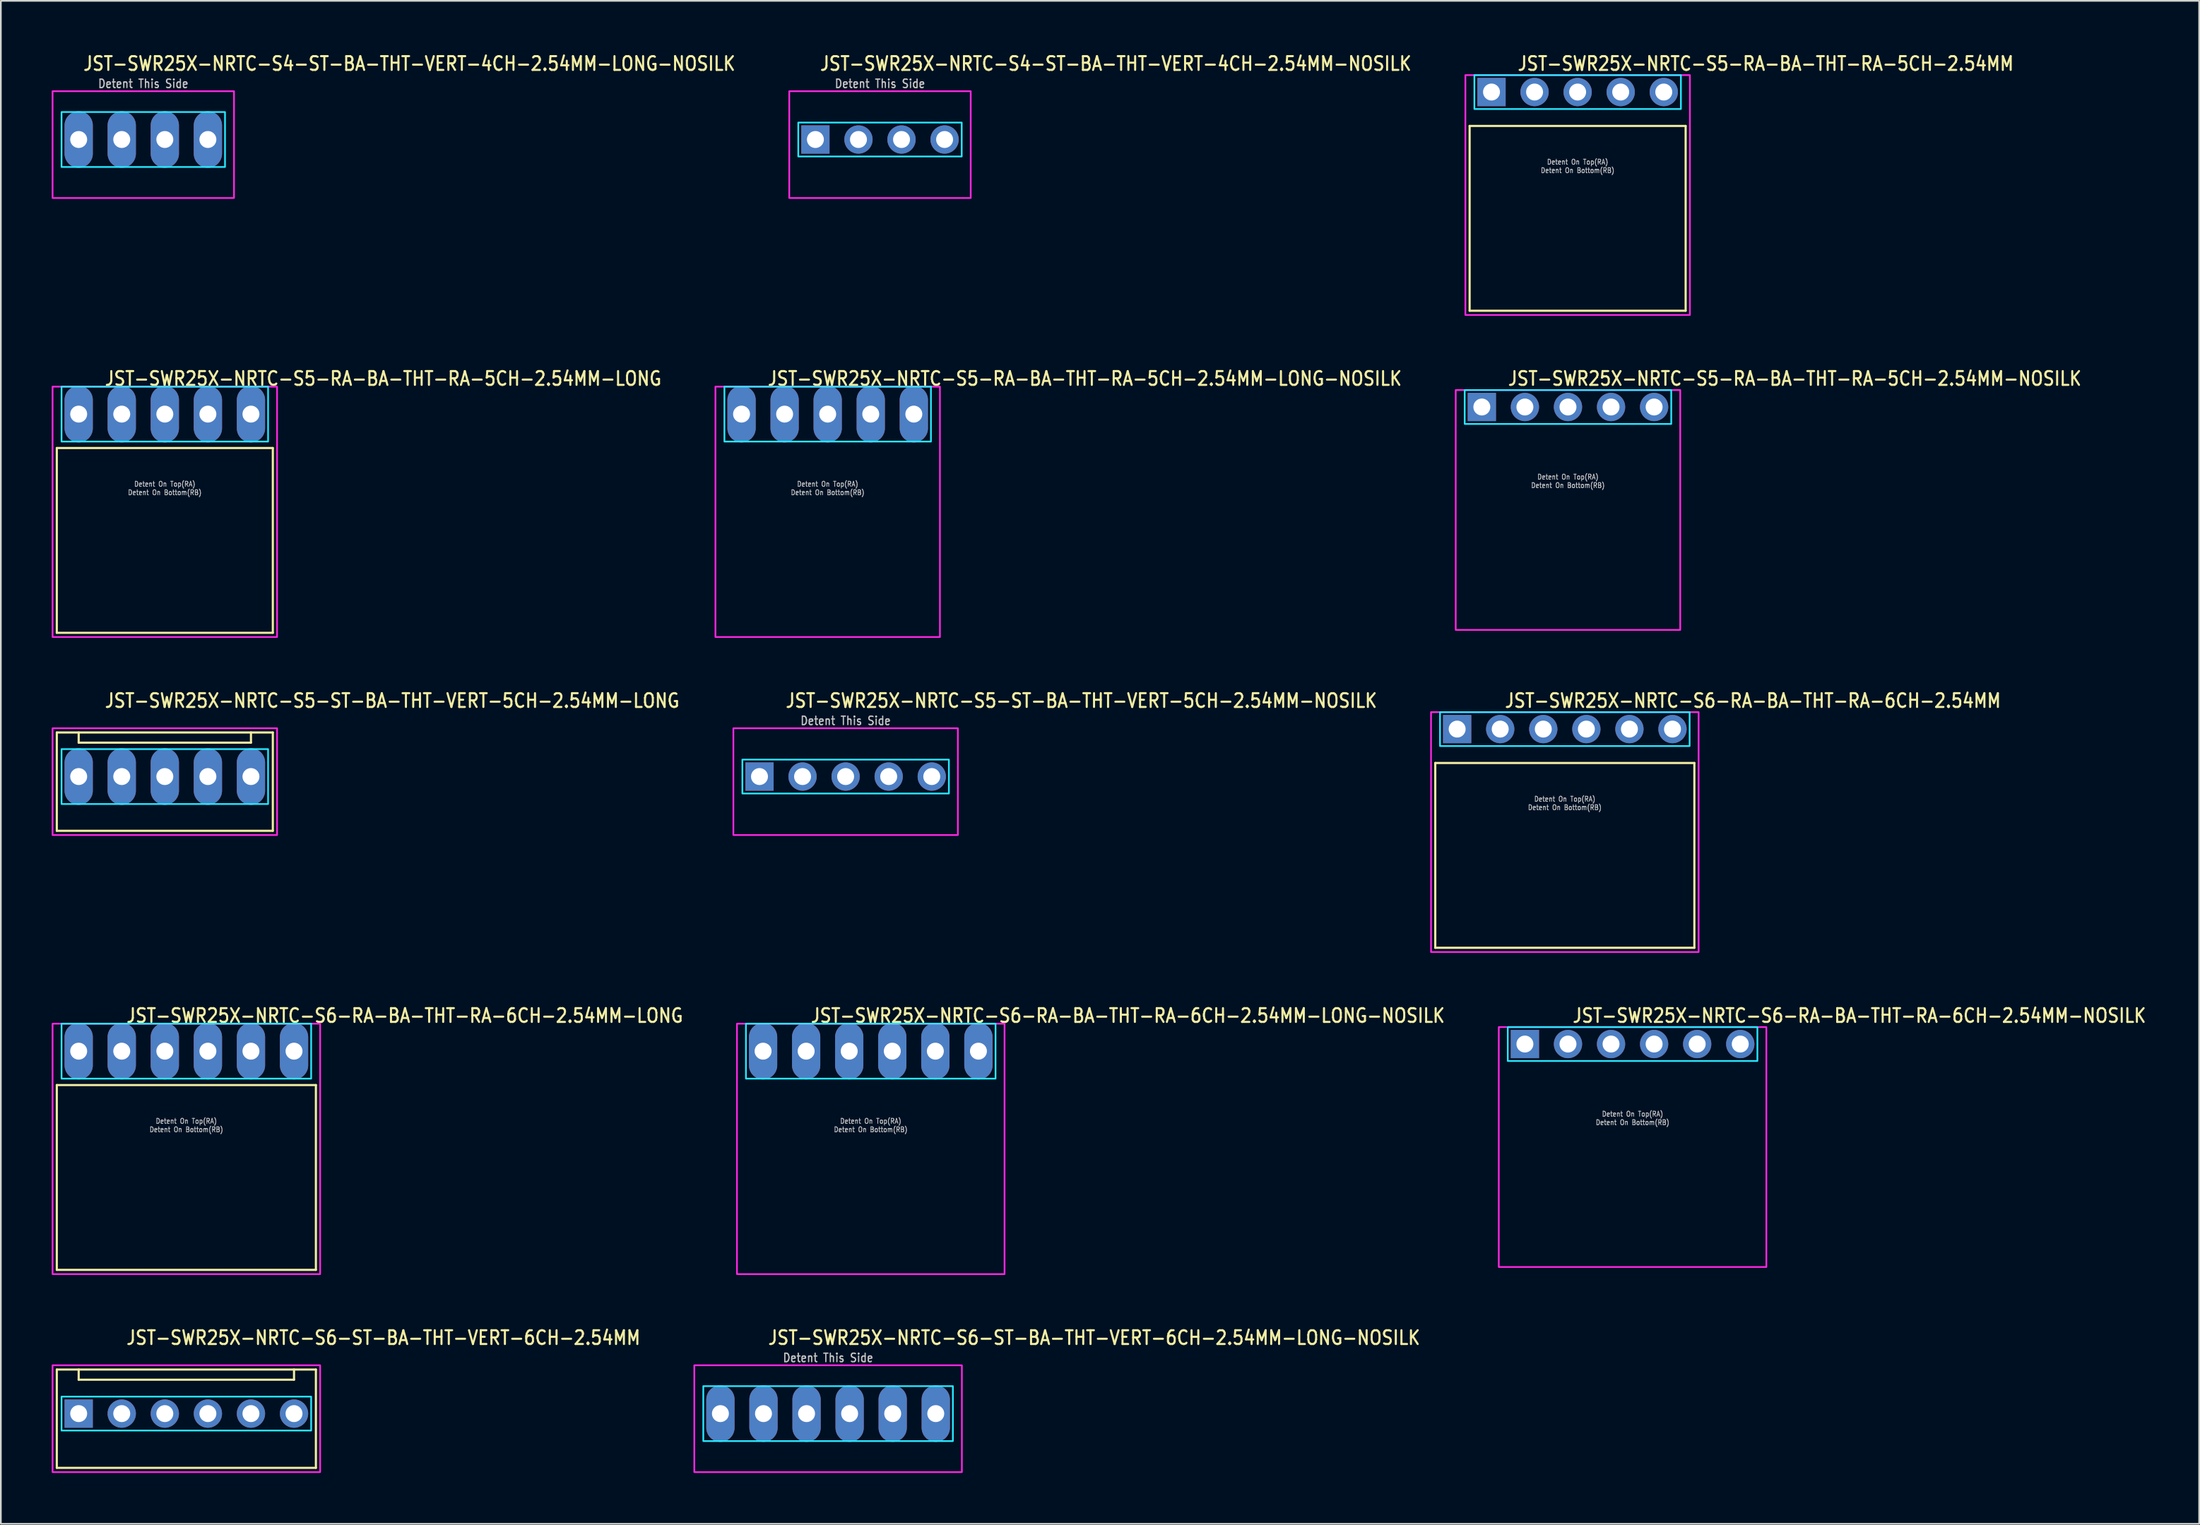
<source format=kicad_pcb>
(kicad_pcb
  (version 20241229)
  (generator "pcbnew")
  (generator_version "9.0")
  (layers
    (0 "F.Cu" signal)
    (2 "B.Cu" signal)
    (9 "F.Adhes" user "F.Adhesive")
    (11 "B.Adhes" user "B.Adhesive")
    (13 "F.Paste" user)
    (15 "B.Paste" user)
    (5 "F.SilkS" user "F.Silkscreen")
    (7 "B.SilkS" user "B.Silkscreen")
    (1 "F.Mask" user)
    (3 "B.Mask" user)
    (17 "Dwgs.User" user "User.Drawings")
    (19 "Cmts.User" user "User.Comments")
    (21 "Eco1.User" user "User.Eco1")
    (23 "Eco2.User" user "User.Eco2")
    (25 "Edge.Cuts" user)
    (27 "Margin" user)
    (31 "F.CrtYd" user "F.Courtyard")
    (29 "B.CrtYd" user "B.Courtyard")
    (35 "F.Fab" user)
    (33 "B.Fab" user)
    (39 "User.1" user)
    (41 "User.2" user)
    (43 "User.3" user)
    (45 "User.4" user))
  (footprint "JST-SWR25X-NRTC-S6-RA-BA-THT-RA-6CH-2.54MM-NOSILK"
    (layer "F.Cu")
    (at 93.23 58.534)
    (property "Reference" "JST-SWR25X-NRTC-S6-RA-BA-THT-RA-6CH-2.54MM-NOSILK" (at -3.6 -1.2 0) (unlocked yes) (layer "F.SilkS") (effects (font (size 0.813 0.695) (thickness 0.122)) (justify left bottom)))
    (fp_poly (pts (xy -7.36 -1) (xy -7.36 1) (xy 7.36 1) (xy 7.36 -1)) (stroke (width 0.1) (type solid)) (fill no) (layer "B.CrtYd"))
    (fp_poly (pts (xy -7.89 -1) (xy -7.89 13.15) (xy 7.89 13.15) (xy 7.89 -1)) (stroke (width 0.1) (type solid)) (fill no) (layer "F.CrtYd"))
    (fp_text user "Detent On Bottom(RB)" (at 0 4.8 0) (unlocked yes) (layer "Dwgs.User") (effects (font (size 0.3 0.257) (thickness 0.045)) (justify bottom)))
    (fp_text user "Detent On Top(RA)" (at 0 4.3 0) (unlocked yes) (layer "Dwgs.User") (effects (font (size 0.3 0.257) (thickness 0.045)) (justify bottom)))
    (pad "P$1" thru_hole rect (at -6.35 0) (size 1.667 1.667) (drill 1) (layers "*.Cu" "*.Mask"))
    (pad "P$2" thru_hole oval (at -3.81 0) (size 1.667 1.667) (drill 1) (layers "*.Cu" "*.Mask"))
    (pad "P$3" thru_hole oval (at -1.27 0) (size 1.667 1.667) (drill 1) (layers "*.Cu" "*.Mask"))
    (pad "P$4" thru_hole oval (at 1.27 0) (size 1.667 1.667) (drill 1) (layers "*.Cu" "*.Mask"))
    (pad "P$5" thru_hole oval (at 3.81 0) (size 1.667 1.667) (drill 1) (layers "*.Cu" "*.Mask"))
    (pad "P$6" thru_hole oval (at 6.35 0) (size 1.667 1.667) (drill 1) (layers "*.Cu" "*.Mask")))
  (footprint "JST-SWR25X-NRTC-S4-ST-BA-THT-VERT-4CH-2.54MM-NOSILK"
    (layer "F.Cu")
    (at 48.847 5.179)
    (property "Reference" "JST-SWR25X-NRTC-S4-ST-BA-THT-VERT-4CH-2.54MM-NOSILK" (at -3.6 -4 0) (unlocked yes) (layer "F.SilkS") (effects (font (size 0.813 0.695) (thickness 0.122)) (justify left bottom)))
    (fp_poly (pts (xy -4.82 -1) (xy -4.82 1) (xy 4.82 1) (xy 4.82 -1)) (stroke (width 0.1) (type solid)) (fill no) (layer "B.CrtYd"))
    (fp_poly (pts (xy -5.35 -2.85) (xy -5.35 3.45) (xy 5.35 3.45) (xy 5.35 -2.85)) (stroke (width 0.1) (type solid)) (fill no) (layer "F.CrtYd"))
    (fp_text user "Detent This Side" (at 0 -3 0) (unlocked yes) (layer "Dwgs.User") (effects (font (size 0.5 0.427) (thickness 0.075)) (justify bottom)))
    (pad "P$1" thru_hole rect (at -3.81 0) (size 1.667 1.667) (drill 1) (layers "*.Cu" "*.Mask"))
    (pad "P$2" thru_hole oval (at -1.27 0) (size 1.667 1.667) (drill 1) (layers "*.Cu" "*.Mask"))
    (pad "P$3" thru_hole oval (at 1.27 0) (size 1.667 1.667) (drill 1) (layers "*.Cu" "*.Mask"))
    (pad "P$4" thru_hole oval (at 3.81 0) (size 1.667 1.667) (drill 1) (layers "*.Cu" "*.Mask")))
  (footprint "JST-SWR25X-NRTC-S6-ST-BA-THT-VERT-6CH-2.54MM"
    (layer "F.Cu")
    (at 7.94 80.333)
    (property "Reference" "JST-SWR25X-NRTC-S6-ST-BA-THT-VERT-6CH-2.54MM" (at -3.6 -4 0) (unlocked yes) (layer "F.SilkS") (effects (font (size 0.813 0.695) (thickness 0.122)) (justify left bottom)))
    (fp_line (start -7.64 -2.6) (end 7.64 -2.6) (stroke (width 0.127) (type solid)) (layer "F.SilkS"))
    (fp_line (start -7.64 3.2) (end -7.64 -2.6) (stroke (width 0.127) (type solid)) (layer "F.SilkS"))
    (fp_line (start -7.64 3.2) (end 7.64 3.2) (stroke (width 0.127) (type solid)) (layer "F.SilkS"))
    (fp_line (start -6.35 -2.6) (end -6.35 -2) (stroke (width 0.127) (type solid)) (layer "F.SilkS"))
    (fp_line (start -6.35 -2) (end 6.35 -2) (stroke (width 0.127) (type solid)) (layer "F.SilkS"))
    (fp_line (start 6.35 -2.6) (end 6.35 -2) (stroke (width 0.127) (type solid)) (layer "F.SilkS"))
    (fp_line (start 7.64 -2.6) (end 7.64 3.2) (stroke (width 0.127) (type solid)) (layer "F.SilkS"))
    (fp_poly (pts (xy -7.36 -1) (xy -7.36 1) (xy 7.36 1) (xy 7.36 -1)) (stroke (width 0.1) (type solid)) (fill no) (layer "B.CrtYd"))
    (fp_poly (pts (xy -7.89 -2.85) (xy -7.89 3.45) (xy 7.89 3.45) (xy 7.89 -2.85)) (stroke (width 0.1) (type solid)) (fill no) (layer "F.CrtYd"))
    (pad "P$1" thru_hole rect (at -6.35 0) (size 1.667 1.667) (drill 1) (layers "*.Cu" "*.Mask"))
    (pad "P$2" thru_hole oval (at -3.81 0) (size 1.667 1.667) (drill 1) (layers "*.Cu" "*.Mask"))
    (pad "P$3" thru_hole oval (at -1.27 0) (size 1.667 1.667) (drill 1) (layers "*.Cu" "*.Mask"))
    (pad "P$4" thru_hole oval (at 1.27 0) (size 1.667 1.667) (drill 1) (layers "*.Cu" "*.Mask"))
    (pad "P$5" thru_hole oval (at 3.81 0) (size 1.667 1.667) (drill 1) (layers "*.Cu" "*.Mask"))
    (pad "P$6" thru_hole oval (at 6.35 0) (size 1.667 1.667) (drill 1) (layers "*.Cu" "*.Mask")))
  (footprint "JST-SWR25X-NRTC-S5-ST-BA-THT-VERT-5CH-2.54MM-NOSILK"
    (layer "F.Cu")
    (at 46.82 42.756)
    (property "Reference" "JST-SWR25X-NRTC-S5-ST-BA-THT-VERT-5CH-2.54MM-NOSILK" (at -3.6 -4 0) (unlocked yes) (layer "F.SilkS") (effects (font (size 0.813 0.695) (thickness 0.122)) (justify left bottom)))
    (fp_poly (pts (xy -6.09 -1) (xy -6.09 1) (xy 6.09 1) (xy 6.09 -1)) (stroke (width 0.1) (type solid)) (fill no) (layer "B.CrtYd"))
    (fp_poly (pts (xy -6.62 -2.85) (xy -6.62 3.45) (xy 6.62 3.45) (xy 6.62 -2.85)) (stroke (width 0.1) (type solid)) (fill no) (layer "F.CrtYd"))
    (fp_text user "Detent This Side" (at 0 -3 0) (unlocked yes) (layer "Dwgs.User") (effects (font (size 0.5 0.427) (thickness 0.075)) (justify bottom)))
    (pad "P$1" thru_hole rect (at -5.08 0) (size 1.667 1.667) (drill 1) (layers "*.Cu" "*.Mask"))
    (pad "P$2" thru_hole oval (at -2.54 0) (size 1.667 1.667) (drill 1) (layers "*.Cu" "*.Mask"))
    (pad "P$3" thru_hole oval (at 0 0) (size 1.667 1.667) (drill 1) (layers "*.Cu" "*.Mask"))
    (pad "P$4" thru_hole oval (at 2.54 0) (size 1.667 1.667) (drill 1) (layers "*.Cu" "*.Mask"))
    (pad "P$5" thru_hole oval (at 5.08 0) (size 1.667 1.667) (drill 1) (layers "*.Cu" "*.Mask")))
  (footprint "JST-SWR25X-NRTC-S4-ST-BA-THT-VERT-4CH-2.54MM-LONG-NOSILK"
    (layer "F.Cu")
    (at 5.4 5.179)
    (property "Reference" "JST-SWR25X-NRTC-S4-ST-BA-THT-VERT-4CH-2.54MM-LONG-NOSILK" (at -3.6 -4 0) (unlocked yes) (layer "F.SilkS") (effects (font (size 0.813 0.695) (thickness 0.122)) (justify left bottom)))
    (fp_poly (pts (xy -4.82 -1.62) (xy -4.82 1.62) (xy 4.82 1.62) (xy 4.82 -1.62)) (stroke (width 0.1) (type solid)) (fill no) (layer "B.CrtYd"))
    (fp_poly (pts (xy -5.35 -2.85) (xy -5.35 3.45) (xy 5.35 3.45) (xy 5.35 -2.85)) (stroke (width 0.1) (type solid)) (fill no) (layer "F.CrtYd"))
    (fp_text user "Detent This Side" (at 0 -3 0) (unlocked yes) (layer "Dwgs.User") (effects (font (size 0.5 0.427) (thickness 0.075)) (justify bottom)))
    (pad "P$1" thru_hole oval (at -3.81 0 90) (size 3.333 1.667) (drill 1) (layers "*.Cu" "*.Mask"))
    (pad "P$2" thru_hole oval (at -1.27 0 90) (size 3.333 1.667) (drill 1) (layers "*.Cu" "*.Mask"))
    (pad "P$3" thru_hole oval (at 1.27 0 90) (size 3.333 1.667) (drill 1) (layers "*.Cu" "*.Mask"))
    (pad "P$4" thru_hole oval (at 3.81 0 90) (size 3.333 1.667) (drill 1) (layers "*.Cu" "*.Mask")))
  (footprint "JST-SWR25X-NRTC-S6-RA-BA-THT-RA-6CH-2.54MM"
    (layer "F.Cu")
    (at 89.234 39.956)
    (property "Reference" "JST-SWR25X-NRTC-S6-RA-BA-THT-RA-6CH-2.54MM" (at -3.6 -1.2 0) (unlocked yes) (layer "F.SilkS") (effects (font (size 0.813 0.695) (thickness 0.122)) (justify left bottom)))
    (fp_line (start -7.64 2) (end 7.64 2) (stroke (width 0.127) (type solid)) (layer "F.SilkS"))
    (fp_line (start -7.64 12.9) (end -7.64 2) (stroke (width 0.127) (type solid)) (layer "F.SilkS"))
    (fp_line (start -7.64 12.9) (end 7.64 12.9) (stroke (width 0.127) (type solid)) (layer "F.SilkS"))
    (fp_line (start 7.64 2) (end 7.64 12.9) (stroke (width 0.127) (type solid)) (layer "F.SilkS"))
    (fp_poly (pts (xy -7.36 -1) (xy -7.36 1) (xy 7.36 1) (xy 7.36 -1)) (stroke (width 0.1) (type solid)) (fill no) (layer "B.CrtYd"))
    (fp_poly (pts (xy -7.89 -1) (xy -7.89 13.15) (xy 7.89 13.15) (xy 7.89 -1)) (stroke (width 0.1) (type solid)) (fill no) (layer "F.CrtYd"))
    (fp_text user "Detent On Top(RA)" (at 0 4.3 0) (unlocked yes) (layer "Dwgs.User") (effects (font (size 0.3 0.257) (thickness 0.045)) (justify bottom)))
    (fp_text user "Detent On Bottom(RB)" (at 0 4.8 0) (unlocked yes) (layer "Dwgs.User") (effects (font (size 0.3 0.257) (thickness 0.045)) (justify bottom)))
    (pad "P$1" thru_hole rect (at -6.35 0) (size 1.667 1.667) (drill 1) (layers "*.Cu" "*.Mask"))
    (pad "P$2" thru_hole oval (at -3.81 0) (size 1.667 1.667) (drill 1) (layers "*.Cu" "*.Mask"))
    (pad "P$3" thru_hole oval (at -1.27 0) (size 1.667 1.667) (drill 1) (layers "*.Cu" "*.Mask"))
    (pad "P$4" thru_hole oval (at 1.27 0) (size 1.667 1.667) (drill 1) (layers "*.Cu" "*.Mask"))
    (pad "P$5" thru_hole oval (at 3.81 0) (size 1.667 1.667) (drill 1) (layers "*.Cu" "*.Mask"))
    (pad "P$6" thru_hole oval (at 6.35 0) (size 1.667 1.667) (drill 1) (layers "*.Cu" "*.Mask")))
  (footprint "JST-SWR25X-NRTC-S5-ST-BA-THT-VERT-5CH-2.54MM-LONG"
    (layer "F.Cu")
    (at 6.67 42.756)
    (property "Reference" "JST-SWR25X-NRTC-S5-ST-BA-THT-VERT-5CH-2.54MM-LONG" (at -3.6 -4 0) (unlocked yes) (layer "F.SilkS") (effects (font (size 0.813 0.695) (thickness 0.122)) (justify left bottom)))
    (fp_line (start -6.37 -2.6) (end 6.37 -2.6) (stroke (width 0.127) (type solid)) (layer "F.SilkS"))
    (fp_line (start -6.37 3.2) (end -6.37 -2.6) (stroke (width 0.127) (type solid)) (layer "F.SilkS"))
    (fp_line (start -6.37 3.2) (end 6.37 3.2) (stroke (width 0.127) (type solid)) (layer "F.SilkS"))
    (fp_line (start -5.08 -2.6) (end -5.08 -2) (stroke (width 0.127) (type solid)) (layer "F.SilkS"))
    (fp_line (start -5.08 -2) (end 5.08 -2) (stroke (width 0.127) (type solid)) (layer "F.SilkS"))
    (fp_line (start 5.08 -2.6) (end 5.08 -2) (stroke (width 0.127) (type solid)) (layer "F.SilkS"))
    (fp_line (start 6.37 -2.6) (end 6.37 3.2) (stroke (width 0.127) (type solid)) (layer "F.SilkS"))
    (fp_poly (pts (xy -6.09 -1.62) (xy -6.09 1.62) (xy 6.09 1.62) (xy 6.09 -1.62)) (stroke (width 0.1) (type solid)) (fill no) (layer "B.CrtYd"))
    (fp_poly (pts (xy -6.62 -2.85) (xy -6.62 3.45) (xy 6.62 3.45) (xy 6.62 -2.85)) (stroke (width 0.1) (type solid)) (fill no) (layer "F.CrtYd"))
    (pad "P$1" thru_hole oval (at -5.08 0 90) (size 3.333 1.667) (drill 1) (layers "*.Cu" "*.Mask"))
    (pad "P$2" thru_hole oval (at -2.54 0 90) (size 3.333 1.667) (drill 1) (layers "*.Cu" "*.Mask"))
    (pad "P$3" thru_hole oval (at 0 0 90) (size 3.333 1.667) (drill 1) (layers "*.Cu" "*.Mask"))
    (pad "P$4" thru_hole oval (at 2.54 0 90) (size 3.333 1.667) (drill 1) (layers "*.Cu" "*.Mask"))
    (pad "P$5" thru_hole oval (at 5.08 0 90) (size 3.333 1.667) (drill 1) (layers "*.Cu" "*.Mask")))
  (footprint "JST-SWR25X-NRTC-S5-RA-BA-THT-RA-5CH-2.54MM"
    (layer "F.Cu")
    (at 89.99 2.379)
    (property "Reference" "JST-SWR25X-NRTC-S5-RA-BA-THT-RA-5CH-2.54MM" (at -3.6 -1.2 0) (unlocked yes) (layer "F.SilkS") (effects (font (size 0.813 0.695) (thickness 0.122)) (justify left bottom)))
    (fp_line (start -6.37 2) (end 6.37 2) (stroke (width 0.127) (type solid)) (layer "F.SilkS"))
    (fp_line (start -6.37 12.9) (end -6.37 2) (stroke (width 0.127) (type solid)) (layer "F.SilkS"))
    (fp_line (start -6.37 12.9) (end 6.37 12.9) (stroke (width 0.127) (type solid)) (layer "F.SilkS"))
    (fp_line (start 6.37 2) (end 6.37 12.9) (stroke (width 0.127) (type solid)) (layer "F.SilkS"))
    (fp_poly (pts (xy -6.09 -1) (xy -6.09 1) (xy 6.09 1) (xy 6.09 -1)) (stroke (width 0.1) (type solid)) (fill no) (layer "B.CrtYd"))
    (fp_poly (pts (xy -6.62 -1) (xy -6.62 13.15) (xy 6.62 13.15) (xy 6.62 -1)) (stroke (width 0.1) (type solid)) (fill no) (layer "F.CrtYd"))
    (fp_text user "Detent On Bottom(RB)" (at 0 4.8 0) (unlocked yes) (layer "Dwgs.User") (effects (font (size 0.3 0.257) (thickness 0.045)) (justify bottom)))
    (fp_text user "Detent On Top(RA)" (at 0 4.3 0) (unlocked yes) (layer "Dwgs.User") (effects (font (size 0.3 0.257) (thickness 0.045)) (justify bottom)))
    (pad "P$1" thru_hole rect (at -5.08 0) (size 1.667 1.667) (drill 1) (layers "*.Cu" "*.Mask"))
    (pad "P$2" thru_hole oval (at -2.54 0) (size 1.667 1.667) (drill 1) (layers "*.Cu" "*.Mask"))
    (pad "P$3" thru_hole oval (at 0 0) (size 1.667 1.667) (drill 1) (layers "*.Cu" "*.Mask"))
    (pad "P$4" thru_hole oval (at 2.54 0) (size 1.667 1.667) (drill 1) (layers "*.Cu" "*.Mask"))
    (pad "P$5" thru_hole oval (at 5.08 0) (size 1.667 1.667) (drill 1) (layers "*.Cu" "*.Mask")))
  (footprint "JST-SWR25X-NRTC-S6-RA-BA-THT-RA-6CH-2.54MM-LONG"
    (layer "F.Cu")
    (at 7.94 58.954)
    (property "Reference" "JST-SWR25X-NRTC-S6-RA-BA-THT-RA-6CH-2.54MM-LONG" (at -3.6 -1.62 0) (unlocked yes) (layer "F.SilkS") (effects (font (size 0.813 0.695) (thickness 0.122)) (justify left bottom)))
    (fp_line (start -7.64 2) (end 7.64 2) (stroke (width 0.127) (type solid)) (layer "F.SilkS"))
    (fp_line (start -7.64 12.9) (end -7.64 2) (stroke (width 0.127) (type solid)) (layer "F.SilkS"))
    (fp_line (start -7.64 12.9) (end 7.64 12.9) (stroke (width 0.127) (type solid)) (layer "F.SilkS"))
    (fp_line (start 7.64 2) (end 7.64 12.9) (stroke (width 0.127) (type solid)) (layer "F.SilkS"))
    (fp_poly (pts (xy -7.36 -1.62) (xy -7.36 1.62) (xy 7.36 1.62) (xy 7.36 -1.62)) (stroke (width 0.1) (type solid)) (fill no) (layer "B.CrtYd"))
    (fp_poly (pts (xy -7.89 -1.62) (xy -7.89 13.15) (xy 7.89 13.15) (xy 7.89 -1.62)) (stroke (width 0.1) (type solid)) (fill no) (layer "F.CrtYd"))
    (fp_text user "Detent On Bottom(RB)" (at 0 4.8 0) (unlocked yes) (layer "Dwgs.User") (effects (font (size 0.3 0.257) (thickness 0.045)) (justify bottom)))
    (fp_text user "Detent On Top(RA)" (at 0 4.3 0) (unlocked yes) (layer "Dwgs.User") (effects (font (size 0.3 0.257) (thickness 0.045)) (justify bottom)))
    (pad "P$1" thru_hole oval (at -6.35 0 90) (size 3.333 1.667) (drill 1) (layers "*.Cu" "*.Mask"))
    (pad "P$2" thru_hole oval (at -3.81 0 90) (size 3.333 1.667) (drill 1) (layers "*.Cu" "*.Mask"))
    (pad "P$3" thru_hole oval (at -1.27 0 90) (size 3.333 1.667) (drill 1) (layers "*.Cu" "*.Mask"))
    (pad "P$4" thru_hole oval (at 1.27 0 90) (size 3.333 1.667) (drill 1) (layers "*.Cu" "*.Mask"))
    (pad "P$5" thru_hole oval (at 3.81 0 90) (size 3.333 1.667) (drill 1) (layers "*.Cu" "*.Mask"))
    (pad "P$6" thru_hole oval (at 6.35 0 90) (size 3.333 1.667) (drill 1) (layers "*.Cu" "*.Mask")))
  (footprint "JST-SWR25X-NRTC-S5-RA-BA-THT-RA-5CH-2.54MM-NOSILK"
    (layer "F.Cu")
    (at 89.42 20.957)
    (property "Reference" "JST-SWR25X-NRTC-S5-RA-BA-THT-RA-5CH-2.54MM-NOSILK" (at -3.6 -1.2 0) (unlocked yes) (layer "F.SilkS") (effects (font (size 0.813 0.695) (thickness 0.122)) (justify left bottom)))
    (fp_poly (pts (xy -6.09 -1) (xy -6.09 1) (xy 6.09 1) (xy 6.09 -1)) (stroke (width 0.1) (type solid)) (fill no) (layer "B.CrtYd"))
    (fp_poly (pts (xy -6.62 -1) (xy -6.62 13.15) (xy 6.62 13.15) (xy 6.62 -1)) (stroke (width 0.1) (type solid)) (fill no) (layer "F.CrtYd"))
    (fp_text user "Detent On Top(RA)" (at 0 4.3 0) (unlocked yes) (layer "Dwgs.User") (effects (font (size 0.3 0.257) (thickness 0.045)) (justify bottom)))
    (fp_text user "Detent On Bottom(RB)" (at 0 4.8 0) (unlocked yes) (layer "Dwgs.User") (effects (font (size 0.3 0.257) (thickness 0.045)) (justify bottom)))
    (pad "P$1" thru_hole rect (at -5.08 0) (size 1.667 1.667) (drill 1) (layers "*.Cu" "*.Mask"))
    (pad "P$2" thru_hole oval (at -2.54 0) (size 1.667 1.667) (drill 1) (layers "*.Cu" "*.Mask"))
    (pad "P$3" thru_hole oval (at 0 0) (size 1.667 1.667) (drill 1) (layers "*.Cu" "*.Mask"))
    (pad "P$4" thru_hole oval (at 2.54 0) (size 1.667 1.667) (drill 1) (layers "*.Cu" "*.Mask"))
    (pad "P$5" thru_hole oval (at 5.08 0) (size 1.667 1.667) (drill 1) (layers "*.Cu" "*.Mask")))
  (footprint "JST-SWR25X-NRTC-S6-RA-BA-THT-RA-6CH-2.54MM-LONG-NOSILK"
    (layer "F.Cu")
    (at 48.302 58.954)
    (property "Reference" "JST-SWR25X-NRTC-S6-RA-BA-THT-RA-6CH-2.54MM-LONG-NOSILK" (at -3.6 -1.62 0) (unlocked yes) (layer "F.SilkS") (effects (font (size 0.813 0.695) (thickness 0.122)) (justify left bottom)))
    (fp_poly (pts (xy -7.36 -1.62) (xy -7.36 1.62) (xy 7.36 1.62) (xy 7.36 -1.62)) (stroke (width 0.1) (type solid)) (fill no) (layer "B.CrtYd"))
    (fp_poly (pts (xy -7.89 -1.62) (xy -7.89 13.15) (xy 7.89 13.15) (xy 7.89 -1.62)) (stroke (width 0.1) (type solid)) (fill no) (layer "F.CrtYd"))
    (fp_text user "Detent On Bottom(RB)" (at 0 4.8 0) (unlocked yes) (layer "Dwgs.User") (effects (font (size 0.3 0.257) (thickness 0.045)) (justify bottom)))
    (fp_text user "Detent On Top(RA)" (at 0 4.3 0) (unlocked yes) (layer "Dwgs.User") (effects (font (size 0.3 0.257) (thickness 0.045)) (justify bottom)))
    (pad "P$1" thru_hole oval (at -6.35 0 90) (size 3.333 1.667) (drill 1) (layers "*.Cu" "*.Mask"))
    (pad "P$2" thru_hole oval (at -3.81 0 90) (size 3.333 1.667) (drill 1) (layers "*.Cu" "*.Mask"))
    (pad "P$3" thru_hole oval (at -1.27 0 90) (size 3.333 1.667) (drill 1) (layers "*.Cu" "*.Mask"))
    (pad "P$4" thru_hole oval (at 1.27 0 90) (size 3.333 1.667) (drill 1) (layers "*.Cu" "*.Mask"))
    (pad "P$5" thru_hole oval (at 3.81 0 90) (size 3.333 1.667) (drill 1) (layers "*.Cu" "*.Mask"))
    (pad "P$6" thru_hole oval (at 6.35 0 90) (size 3.333 1.667) (drill 1) (layers "*.Cu" "*.Mask")))
  (footprint "JST-SWR25X-NRTC-S5-RA-BA-THT-RA-5CH-2.54MM-LONG-NOSILK"
    (layer "F.Cu")
    (at 45.762 21.377)
    (property "Reference" "JST-SWR25X-NRTC-S5-RA-BA-THT-RA-5CH-2.54MM-LONG-NOSILK" (at -3.6 -1.62 0) (unlocked yes) (layer "F.SilkS") (effects (font (size 0.813 0.695) (thickness 0.122)) (justify left bottom)))
    (fp_poly (pts (xy -6.09 -1.62) (xy -6.09 1.62) (xy 6.09 1.62) (xy 6.09 -1.62)) (stroke (width 0.1) (type solid)) (fill no) (layer "B.CrtYd"))
    (fp_poly (pts (xy -6.62 -1.62) (xy -6.62 13.15) (xy 6.62 13.15) (xy 6.62 -1.62)) (stroke (width 0.1) (type solid)) (fill no) (layer "F.CrtYd"))
    (fp_text user "Detent On Bottom(RB)" (at 0 4.8 0) (unlocked yes) (layer "Dwgs.User") (effects (font (size 0.3 0.257) (thickness 0.045)) (justify bottom)))
    (fp_text user "Detent On Top(RA)" (at 0 4.3 0) (unlocked yes) (layer "Dwgs.User") (effects (font (size 0.3 0.257) (thickness 0.045)) (justify bottom)))
    (pad "P$1" thru_hole oval (at -5.08 0 90) (size 3.333 1.667) (drill 1) (layers "*.Cu" "*.Mask"))
    (pad "P$2" thru_hole oval (at -2.54 0 90) (size 3.333 1.667) (drill 1) (layers "*.Cu" "*.Mask"))
    (pad "P$3" thru_hole oval (at 0 0 90) (size 3.333 1.667) (drill 1) (layers "*.Cu" "*.Mask"))
    (pad "P$4" thru_hole oval (at 2.54 0 90) (size 3.333 1.667) (drill 1) (layers "*.Cu" "*.Mask"))
    (pad "P$5" thru_hole oval (at 5.08 0 90) (size 3.333 1.667) (drill 1) (layers "*.Cu" "*.Mask")))
  (footprint "JST-SWR25X-NRTC-S5-RA-BA-THT-RA-5CH-2.54MM-LONG"
    (layer "F.Cu")
    (at 6.67 21.377)
    (property "Reference" "JST-SWR25X-NRTC-S5-RA-BA-THT-RA-5CH-2.54MM-LONG" (at -3.6 -1.62 0) (unlocked yes) (layer "F.SilkS") (effects (font (size 0.813 0.695) (thickness 0.122)) (justify left bottom)))
    (fp_line (start -6.37 2) (end 6.37 2) (stroke (width 0.127) (type solid)) (layer "F.SilkS"))
    (fp_line (start -6.37 12.9) (end -6.37 2) (stroke (width 0.127) (type solid)) (layer "F.SilkS"))
    (fp_line (start -6.37 12.9) (end 6.37 12.9) (stroke (width 0.127) (type solid)) (layer "F.SilkS"))
    (fp_line (start 6.37 2) (end 6.37 12.9) (stroke (width 0.127) (type solid)) (layer "F.SilkS"))
    (fp_poly (pts (xy -6.09 -1.62) (xy -6.09 1.62) (xy 6.09 1.62) (xy 6.09 -1.62)) (stroke (width 0.1) (type solid)) (fill no) (layer "B.CrtYd"))
    (fp_poly (pts (xy -6.62 -1.62) (xy -6.62 13.15) (xy 6.62 13.15) (xy 6.62 -1.62)) (stroke (width 0.1) (type solid)) (fill no) (layer "F.CrtYd"))
    (fp_text user "Detent On Bottom(RB)" (at 0 4.8 0) (unlocked yes) (layer "Dwgs.User") (effects (font (size 0.3 0.257) (thickness 0.045)) (justify bottom)))
    (fp_text user "Detent On Top(RA)" (at 0 4.3 0) (unlocked yes) (layer "Dwgs.User") (effects (font (size 0.3 0.257) (thickness 0.045)) (justify bottom)))
    (pad "P$1" thru_hole oval (at -5.08 0 90) (size 3.333 1.667) (drill 1) (layers "*.Cu" "*.Mask"))
    (pad "P$2" thru_hole oval (at -2.54 0 90) (size 3.333 1.667) (drill 1) (layers "*.Cu" "*.Mask"))
    (pad "P$3" thru_hole oval (at 0 0 90) (size 3.333 1.667) (drill 1) (layers "*.Cu" "*.Mask"))
    (pad "P$4" thru_hole oval (at 2.54 0 90) (size 3.333 1.667) (drill 1) (layers "*.Cu" "*.Mask"))
    (pad "P$5" thru_hole oval (at 5.08 0 90) (size 3.333 1.667) (drill 1) (layers "*.Cu" "*.Mask")))
  (footprint "JST-SWR25X-NRTC-S6-ST-BA-THT-VERT-6CH-2.54MM-LONG-NOSILK"
    (layer "F.Cu")
    (at 45.786 80.333)
    (property "Reference" "JST-SWR25X-NRTC-S6-ST-BA-THT-VERT-6CH-2.54MM-LONG-NOSILK" (at -3.6 -4 0) (unlocked yes) (layer "F.SilkS") (effects (font (size 0.813 0.695) (thickness 0.122)) (justify left bottom)))
    (fp_poly (pts (xy -7.36 -1.62) (xy -7.36 1.62) (xy 7.36 1.62) (xy 7.36 -1.62)) (stroke (width 0.1) (type solid)) (fill no) (layer "B.CrtYd"))
    (fp_poly (pts (xy -7.89 -2.85) (xy -7.89 3.45) (xy 7.89 3.45) (xy 7.89 -2.85)) (stroke (width 0.1) (type solid)) (fill no) (layer "F.CrtYd"))
    (fp_text user "Detent This Side" (at 0 -3 0) (unlocked yes) (layer "Dwgs.User") (effects (font (size 0.5 0.427) (thickness 0.075)) (justify bottom)))
    (pad "P$1" thru_hole oval (at -6.35 0 90) (size 3.333 1.667) (drill 1) (layers "*.Cu" "*.Mask"))
    (pad "P$2" thru_hole oval (at -3.81 0 90) (size 3.333 1.667) (drill 1) (layers "*.Cu" "*.Mask"))
    (pad "P$3" thru_hole oval (at -1.27 0 90) (size 3.333 1.667) (drill 1) (layers "*.Cu" "*.Mask"))
    (pad "P$4" thru_hole oval (at 1.27 0 90) (size 3.333 1.667) (drill 1) (layers "*.Cu" "*.Mask"))
    (pad "P$5" thru_hole oval (at 3.81 0 90) (size 3.333 1.667) (drill 1) (layers "*.Cu" "*.Mask"))
    (pad "P$6" thru_hole oval (at 6.35 0 90) (size 3.333 1.667) (drill 1) (layers "*.Cu" "*.Mask")))
  (gr_rect
    (start -3 -3)
    (end 126.644 86.833)
    (stroke (width 0.1) (type default))
    (fill no)
    (layer "Edge.Cuts")))
</source>
